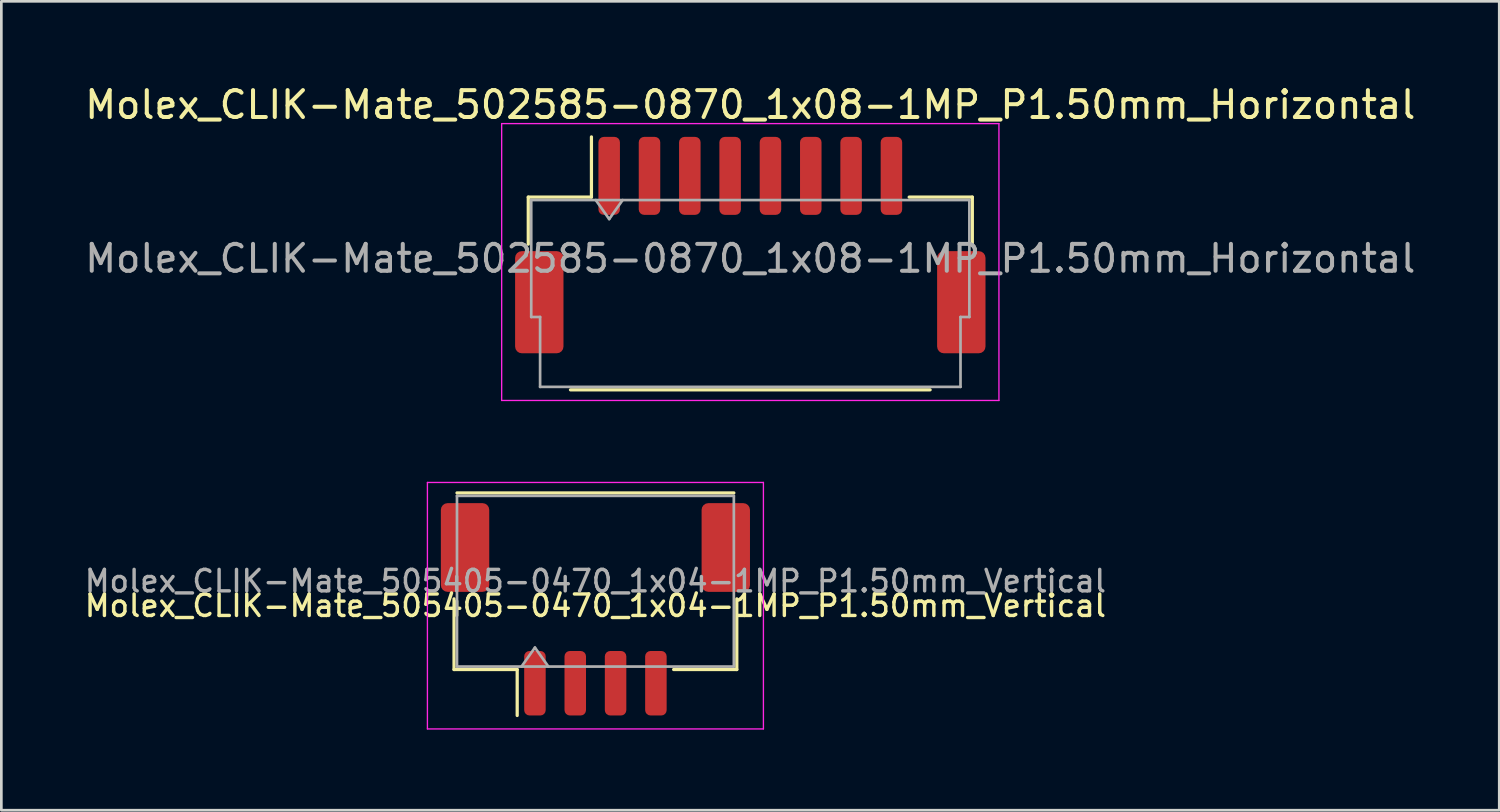
<source format=kicad_pcb>
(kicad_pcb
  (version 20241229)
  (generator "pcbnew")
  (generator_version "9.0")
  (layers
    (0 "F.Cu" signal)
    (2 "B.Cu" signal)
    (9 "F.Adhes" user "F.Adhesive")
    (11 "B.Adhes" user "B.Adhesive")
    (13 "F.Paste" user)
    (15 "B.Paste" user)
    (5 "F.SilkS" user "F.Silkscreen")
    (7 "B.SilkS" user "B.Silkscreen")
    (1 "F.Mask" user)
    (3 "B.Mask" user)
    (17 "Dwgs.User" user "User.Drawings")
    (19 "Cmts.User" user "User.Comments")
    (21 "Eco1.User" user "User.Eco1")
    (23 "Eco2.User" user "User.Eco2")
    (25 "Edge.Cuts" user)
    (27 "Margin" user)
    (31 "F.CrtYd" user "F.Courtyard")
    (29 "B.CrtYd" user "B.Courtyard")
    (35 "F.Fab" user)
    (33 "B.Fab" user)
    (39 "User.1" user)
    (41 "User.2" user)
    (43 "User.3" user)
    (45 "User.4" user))
  (footprint "Molex_CLIK-Mate_502585-0870_1x08-1MP_P1.50mm_Horizontal"
    (layer "F.Cu")
    (at 24.863 6.068)
    (property "Reference" "Molex_CLIK-Mate_502585-0870_1x08-1MP_P1.50mm_Horizontal" (at 0 -5.22 0) (layer "F.SilkS") (effects (font (size 1 1) (thickness 0.15))))
    (attr smd)
    (fp_line (start -8.26 -1.785) (end -5.91 -1.785) (stroke (width 0.12) (type solid)) (layer "F.SilkS"))
    (fp_line (start -8.26 -0.035) (end -8.26 -1.785) (stroke (width 0.12) (type solid)) (layer "F.SilkS"))
    (fp_line (start -6.69 5.385) (end 6.69 5.385) (stroke (width 0.12) (type solid)) (layer "F.SilkS"))
    (fp_line (start -5.91 -1.785) (end -5.91 -4.025) (stroke (width 0.12) (type solid)) (layer "F.SilkS"))
    (fp_line (start 8.26 -1.785) (end 5.91 -1.785) (stroke (width 0.12) (type solid)) (layer "F.SilkS"))
    (fp_line (start 8.26 -0.035) (end 8.26 -1.785) (stroke (width 0.12) (type solid)) (layer "F.SilkS"))
    (fp_line (start -9.25 -4.52) (end -9.25 5.78) (stroke (width 0.05) (type solid)) (layer "F.CrtYd"))
    (fp_line (start -9.25 5.78) (end 9.25 5.78) (stroke (width 0.05) (type solid)) (layer "F.CrtYd"))
    (fp_line (start 9.25 -4.52) (end -9.25 -4.52) (stroke (width 0.05) (type solid)) (layer "F.CrtYd"))
    (fp_line (start 9.25 5.78) (end 9.25 -4.52) (stroke (width 0.05) (type solid)) (layer "F.CrtYd"))
    (fp_line (start -8.15 -1.675) (end -8.15 2.675) (stroke (width 0.1) (type solid)) (layer "F.Fab"))
    (fp_line (start -8.15 -1.675) (end 8.15 -1.675) (stroke (width 0.1) (type solid)) (layer "F.Fab"))
    (fp_line (start -8.15 2.675) (end -7.82 2.675) (stroke (width 0.1) (type solid)) (layer "F.Fab"))
    (fp_line (start -7.82 2.675) (end -7.82 5.275) (stroke (width 0.1) (type solid)) (layer "F.Fab"))
    (fp_line (start -7.82 5.275) (end 7.82 5.275) (stroke (width 0.1) (type solid)) (layer "F.Fab"))
    (fp_line (start -5.75 -1.675) (end -5.25 -0.968) (stroke (width 0.1) (type solid)) (layer "F.Fab"))
    (fp_line (start -5.25 -0.968) (end -4.75 -1.675) (stroke (width 0.1) (type solid)) (layer "F.Fab"))
    (fp_line (start 7.82 2.675) (end 8.15 2.675) (stroke (width 0.1) (type solid)) (layer "F.Fab"))
    (fp_line (start 7.82 5.275) (end 7.82 2.675) (stroke (width 0.1) (type solid)) (layer "F.Fab"))
    (fp_line (start 8.15 -1.675) (end 8.15 2.675) (stroke (width 0.1) (type solid)) (layer "F.Fab"))
    (fp_text user "${REFERENCE}" (at 0 0.5 0) (layer "F.Fab") (effects (font (size 1 1) (thickness 0.15))))
    (pad "1" smd roundrect (at -5.25 -2.575) (size 0.8 2.9) (layers "F.Cu" "F.Mask" "F.Paste") (roundrect_rratio 0.25))
    (pad "2" smd roundrect (at -3.75 -2.575) (size 0.8 2.9) (layers "F.Cu" "F.Mask" "F.Paste") (roundrect_rratio 0.25))
    (pad "3" smd roundrect (at -2.25 -2.575) (size 0.8 2.9) (layers "F.Cu" "F.Mask" "F.Paste") (roundrect_rratio 0.25))
    (pad "4" smd roundrect (at -0.75 -2.575) (size 0.8 2.9) (layers "F.Cu" "F.Mask" "F.Paste") (roundrect_rratio 0.25))
    (pad "5" smd roundrect (at 0.75 -2.575) (size 0.8 2.9) (layers "F.Cu" "F.Mask" "F.Paste") (roundrect_rratio 0.25))
    (pad "6" smd roundrect (at 2.25 -2.575) (size 0.8 2.9) (layers "F.Cu" "F.Mask" "F.Paste") (roundrect_rratio 0.25))
    (pad "7" smd roundrect (at 3.75 -2.575) (size 0.8 2.9) (layers "F.Cu" "F.Mask" "F.Paste") (roundrect_rratio 0.25))
    (pad "8" smd roundrect (at 5.25 -2.575) (size 0.8 2.9) (layers "F.Cu" "F.Mask" "F.Paste") (roundrect_rratio 0.25))
    (pad "MP" smd roundrect (at -7.85 2.125) (size 1.8 3.8) (layers "F.Cu" "F.Mask" "F.Paste") (roundrect_rratio 0.139))
    (pad "MP" smd roundrect (at 7.85 2.125) (size 1.8 3.8) (layers "F.Cu" "F.Mask" "F.Paste") (roundrect_rratio 0.139)))
  (footprint "Molex_CLIK-Mate_505405-0470_1x04-1MP_P1.50mm_Vertical"
    (layer "F.Cu")
    (at 19.101 19.618)
    (property "Reference" "Molex_CLIK-Mate_505405-0470_1x04-1MP_P1.50mm_Vertical" (at 0 -0.135 0) (layer "F.SilkS") (effects (font (size 0.8 0.8) (thickness 0.127))))
    (attr smd)
    (fp_line (start -5.26 -0.39) (end -5.26 2.24) (stroke (width 0.12) (type solid)) (layer "F.SilkS"))
    (fp_line (start -5.26 2.24) (end -2.91 2.24) (stroke (width 0.12) (type solid)) (layer "F.SilkS"))
    (fp_line (start -5.15 -4.33) (end 5.15 -4.33) (stroke (width 0.12) (type solid)) (layer "F.SilkS"))
    (fp_line (start -2.91 2.24) (end -2.91 3.95) (stroke (width 0.12) (type solid)) (layer "F.SilkS"))
    (fp_line (start 5.26 -0.39) (end 5.26 2.24) (stroke (width 0.12) (type solid)) (layer "F.SilkS"))
    (fp_line (start 5.26 2.24) (end 2.91 2.24) (stroke (width 0.12) (type solid)) (layer "F.SilkS"))
    (fp_line (start -6.25 -4.72) (end -6.25 4.45) (stroke (width 0.05) (type solid)) (layer "F.CrtYd"))
    (fp_line (start -6.25 4.45) (end 6.25 4.45) (stroke (width 0.05) (type solid)) (layer "F.CrtYd"))
    (fp_line (start 6.25 -4.72) (end -6.25 -4.72) (stroke (width 0.05) (type solid)) (layer "F.CrtYd"))
    (fp_line (start 6.25 4.45) (end 6.25 -4.72) (stroke (width 0.05) (type solid)) (layer "F.CrtYd"))
    (fp_line (start -5.15 -4.22) (end 5.15 -4.22) (stroke (width 0.1) (type solid)) (layer "F.Fab"))
    (fp_line (start -5.15 2.13) (end -5.15 -4.22) (stroke (width 0.1) (type solid)) (layer "F.Fab"))
    (fp_line (start -5.15 2.13) (end 5.15 2.13) (stroke (width 0.1) (type solid)) (layer "F.Fab"))
    (fp_line (start -2.75 2.13) (end -2.25 1.423) (stroke (width 0.1) (type solid)) (layer "F.Fab"))
    (fp_line (start -2.25 1.423) (end -1.75 2.13) (stroke (width 0.1) (type solid)) (layer "F.Fab"))
    (fp_line (start 5.15 2.13) (end 5.15 -4.22) (stroke (width 0.1) (type solid)) (layer "F.Fab"))
    (fp_text user "${REFERENCE}" (at 0 -1.05 0) (layer "F.Fab") (effects (font (size 0.8 0.8) (thickness 0.127))))
    (pad "1" smd roundrect (at -2.25 2.75) (size 0.8 2.4) (layers "F.Cu" "F.Mask" "F.Paste") (roundrect_rratio 0.25))
    (pad "2" smd roundrect (at -0.75 2.75) (size 0.8 2.4) (layers "F.Cu" "F.Mask" "F.Paste") (roundrect_rratio 0.25))
    (pad "3" smd roundrect (at 0.75 2.75) (size 0.8 2.4) (layers "F.Cu" "F.Mask" "F.Paste") (roundrect_rratio 0.25))
    (pad "4" smd roundrect (at 2.25 2.75) (size 0.8 2.4) (layers "F.Cu" "F.Mask" "F.Paste") (roundrect_rratio 0.25))
    (pad "MP" smd roundrect (at -4.85 -2.3) (size 1.8 3.3) (layers "F.Cu" "F.Mask" "F.Paste") (roundrect_rratio 0.139))
    (pad "MP" smd roundrect (at 4.85 -2.3) (size 1.8 3.3) (layers "F.Cu" "F.Mask" "F.Paste") (roundrect_rratio 0.139)))
  (gr_rect
    (start -3 -3)
    (end 52.726 27.093)
    (stroke (width 0.1) (type default))
    (fill no)
    (layer "Edge.Cuts")))
</source>
